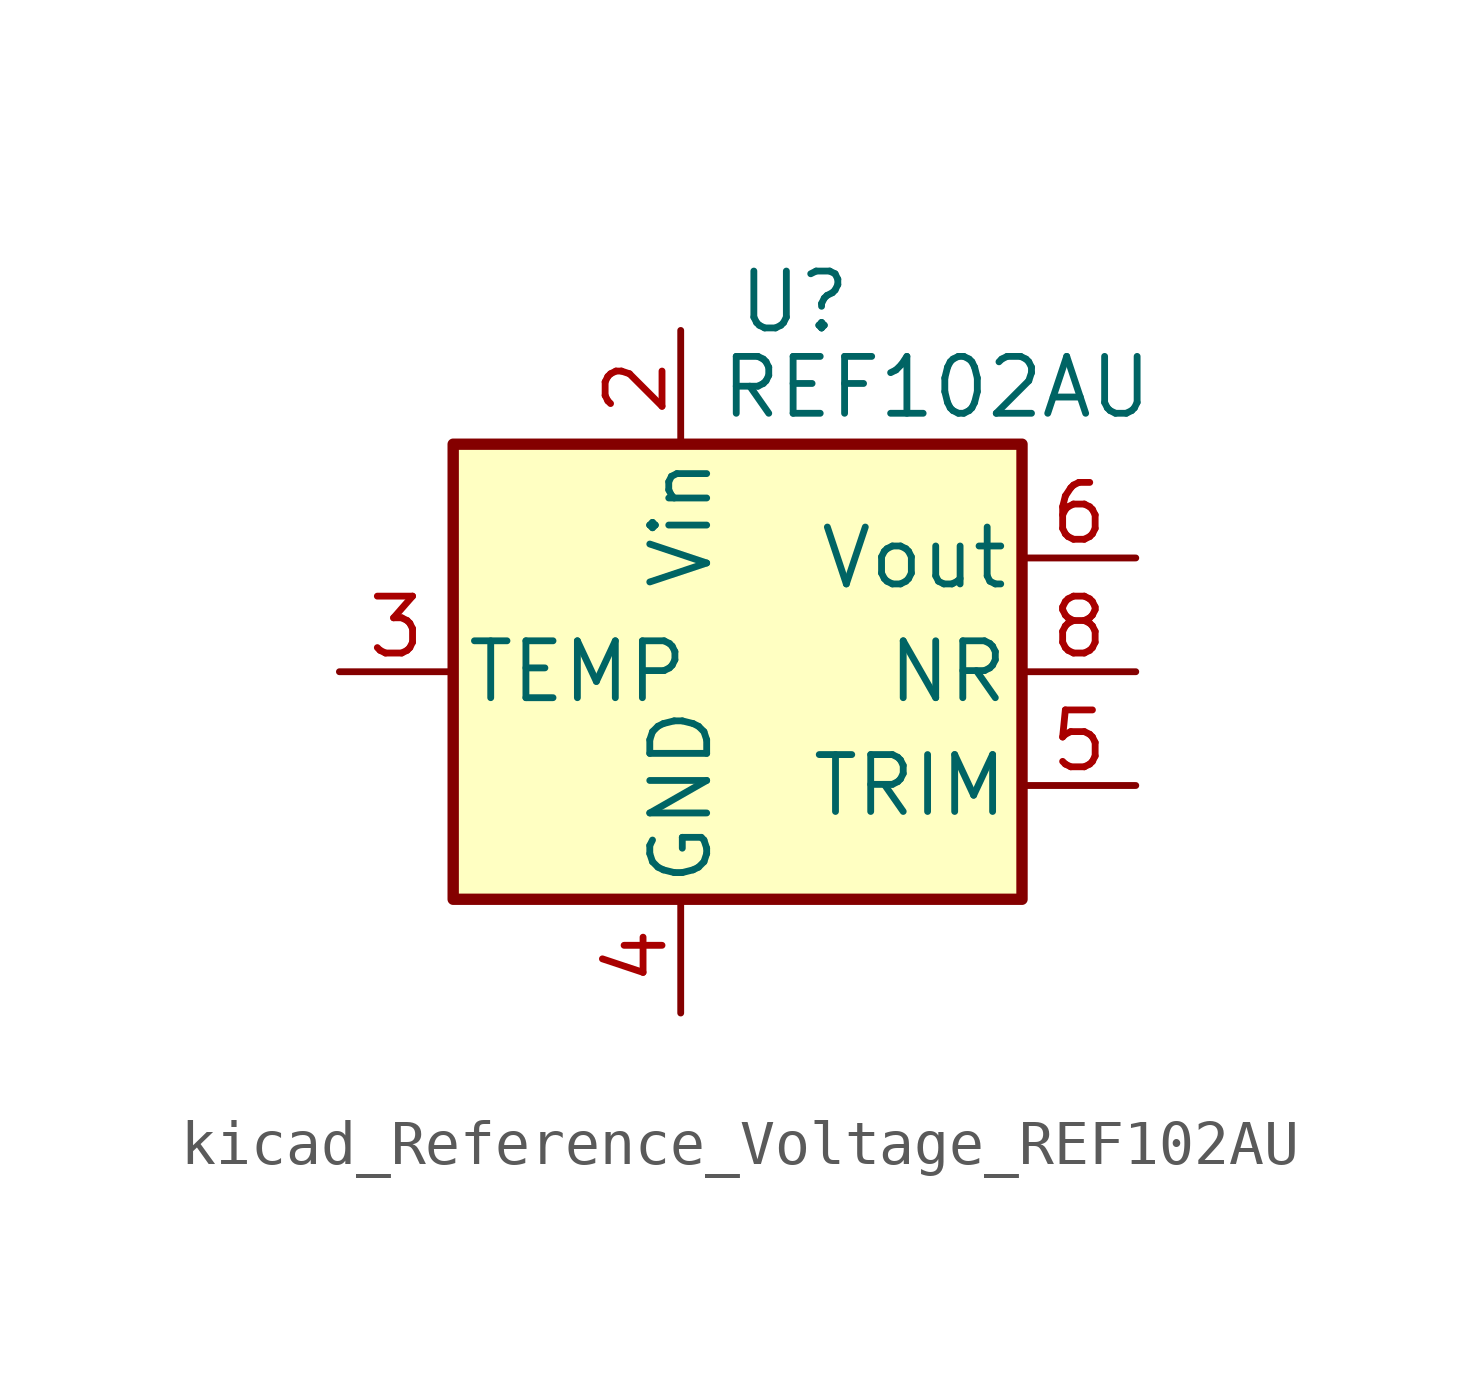
<source format=kicad_sym>
(kicad_symbol_lib
  (version 20220914)
  (generator kicad_symbol_editor)
  (symbol "kicad_Reference_Voltage_REF102AU"
    (pin_names
      (offset 0.254))
    (property "Reference" "U"
      (at 0 8.255 0)
      (effects (font (size 1.27 1.27))))
    (property "Value" "REF102AU"
      (at 3.175 6.35 0)
      (effects (font (size 1.27 1.27))))
    (symbol "kicad_Reference_Voltage_REF102AU_0_1"
      (rectangle (start -7.62 5.08) (end 5.08 -5.08) (stroke (width 0.254) (type default)) (fill (type background))))
    (symbol "kicad_Reference_Voltage_REF102AU_1_1"
      (pin no_connect line (at -5.08 -5.08 90) (length 2.54) hide (name "NC" (effects (font (size 1.27 1.27)))) (number "1" (effects (font (size 1.27 1.27)))))
      (pin power_in line (at -2.54 7.62 270) (length 2.54) (name "Vin" (effects (font (size 1.27 1.27)))) (number "2" (effects (font (size 1.27 1.27)))))
      (pin passive line (at -10.16 0 0) (length 2.54) (name "TEMP" (effects (font (size 1.27 1.27)))) (number "3" (effects (font (size 1.27 1.27)))))
      (pin power_in line (at -2.54 -7.62 90) (length 2.54) (name "GND" (effects (font (size 1.27 1.27)))) (number "4" (effects (font (size 1.27 1.27)))))
      (pin passive line (at 7.62 -2.54 180) (length 2.54) (name "TRIM" (effects (font (size 1.27 1.27)))) (number "5" (effects (font (size 1.27 1.27)))))
      (pin power_out line (at 7.62 2.54 180) (length 2.54) (name "Vout" (effects (font (size 1.27 1.27)))) (number "6" (effects (font (size 1.27 1.27)))))
      (pin no_connect line (at 0 -5.08 90) (length 2.54) hide (name "NC" (effects (font (size 1.27 1.27)))) (number "7" (effects (font (size 1.27 1.27)))))
      (pin passive line (at 7.62 0 180) (length 2.54) (name "NR" (effects (font (size 1.27 1.27)))) (number "8" (effects (font (size 1.27 1.27))))))))
</source>
